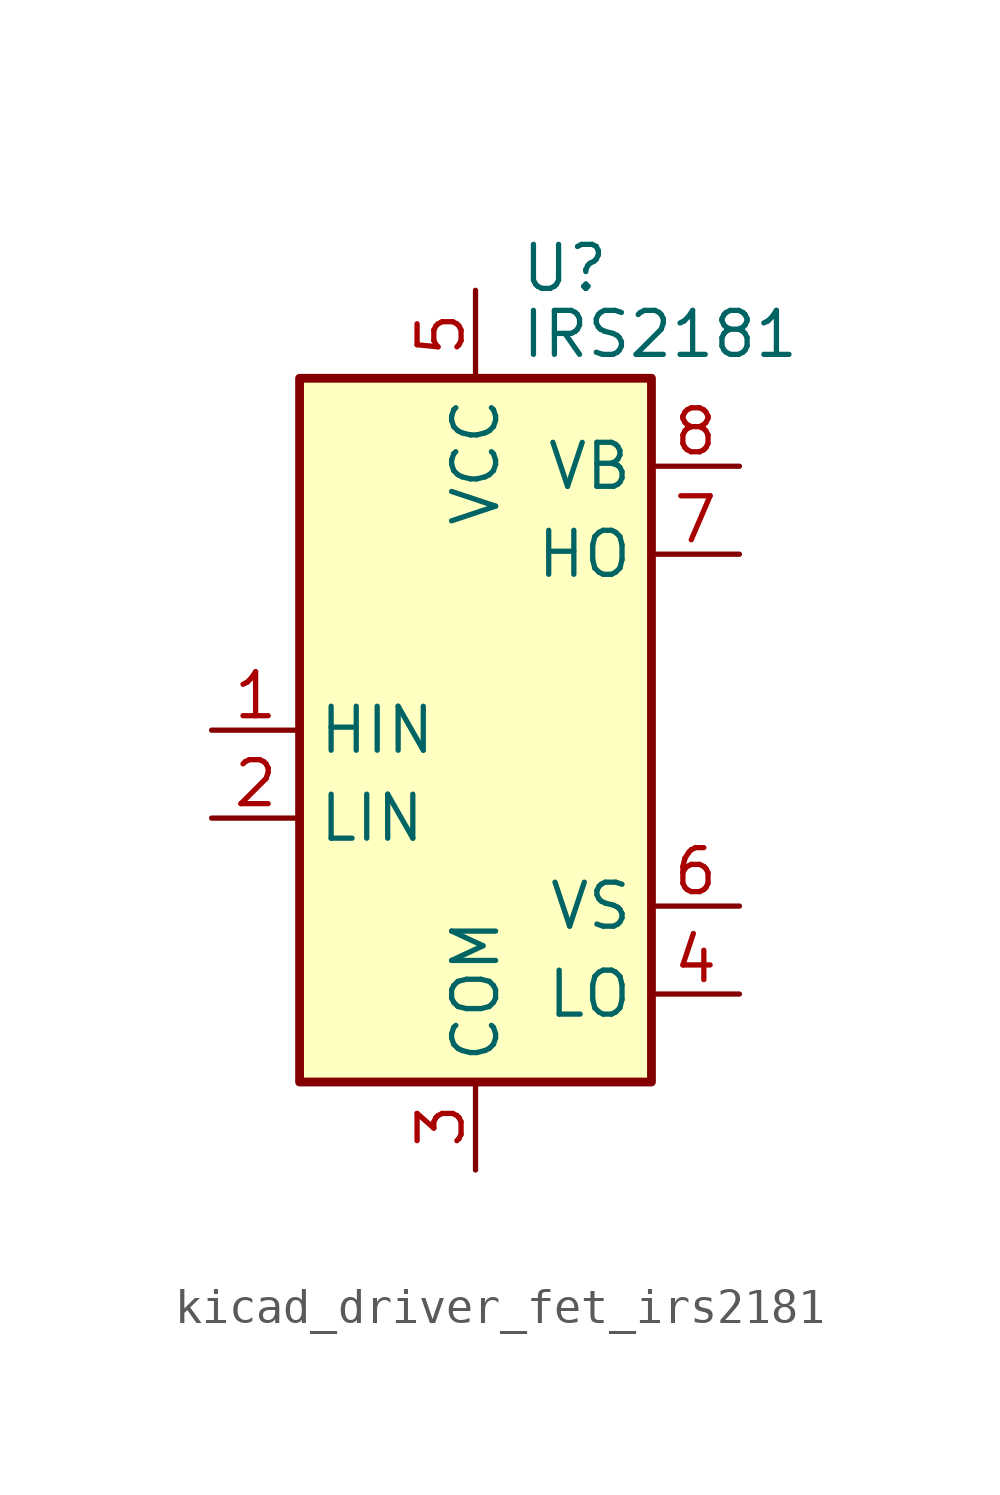
<source format=kicad_sym>
(kicad_symbol_lib
  (version 20220914)
  (generator kicad_symbol_editor)
  (symbol "kicad_driver_fet_irs2181"
    (property "Reference" "U"
      (at 1.27 13.335 0)
      (effects (font (size 1.27 1.27)) (justify left)))
    (property "Value" "IRS2181"
      (at 1.27 11.43 0)
      (effects (font (size 1.27 1.27)) (justify left)))
    (symbol "kicad_driver_fet_irs2181_0_1"
      (rectangle (start -5.08 -10.16) (end 5.08 10.16) (stroke (width 0.254) (type default)) (fill (type background))))
    (symbol "kicad_driver_fet_irs2181_1_1"
      (pin input line (at -7.62 0 0) (length 2.54) (name "HIN" (effects (font (size 1.27 1.27)))) (number "1" (effects (font (size 1.27 1.27)))))
      (pin input line (at -7.62 -2.54 0) (length 2.54) (name "LIN" (effects (font (size 1.27 1.27)))) (number "2" (effects (font (size 1.27 1.27)))))
      (pin power_in line (at 0 -12.7 90) (length 2.54) (name "COM" (effects (font (size 1.27 1.27)))) (number "3" (effects (font (size 1.27 1.27)))))
      (pin output line (at 7.62 -7.62 180) (length 2.54) (name "LO" (effects (font (size 1.27 1.27)))) (number "4" (effects (font (size 1.27 1.27)))))
      (pin power_in line (at 0 12.7 270) (length 2.54) (name "VCC" (effects (font (size 1.27 1.27)))) (number "5" (effects (font (size 1.27 1.27)))))
      (pin passive line (at 7.62 -5.08 180) (length 2.54) (name "VS" (effects (font (size 1.27 1.27)))) (number "6" (effects (font (size 1.27 1.27)))))
      (pin output line (at 7.62 5.08 180) (length 2.54) (name "HO" (effects (font (size 1.27 1.27)))) (number "7" (effects (font (size 1.27 1.27)))))
      (pin passive line (at 7.62 7.62 180) (length 2.54) (name "VB" (effects (font (size 1.27 1.27)))) (number "8" (effects (font (size 1.27 1.27))))))))
</source>
